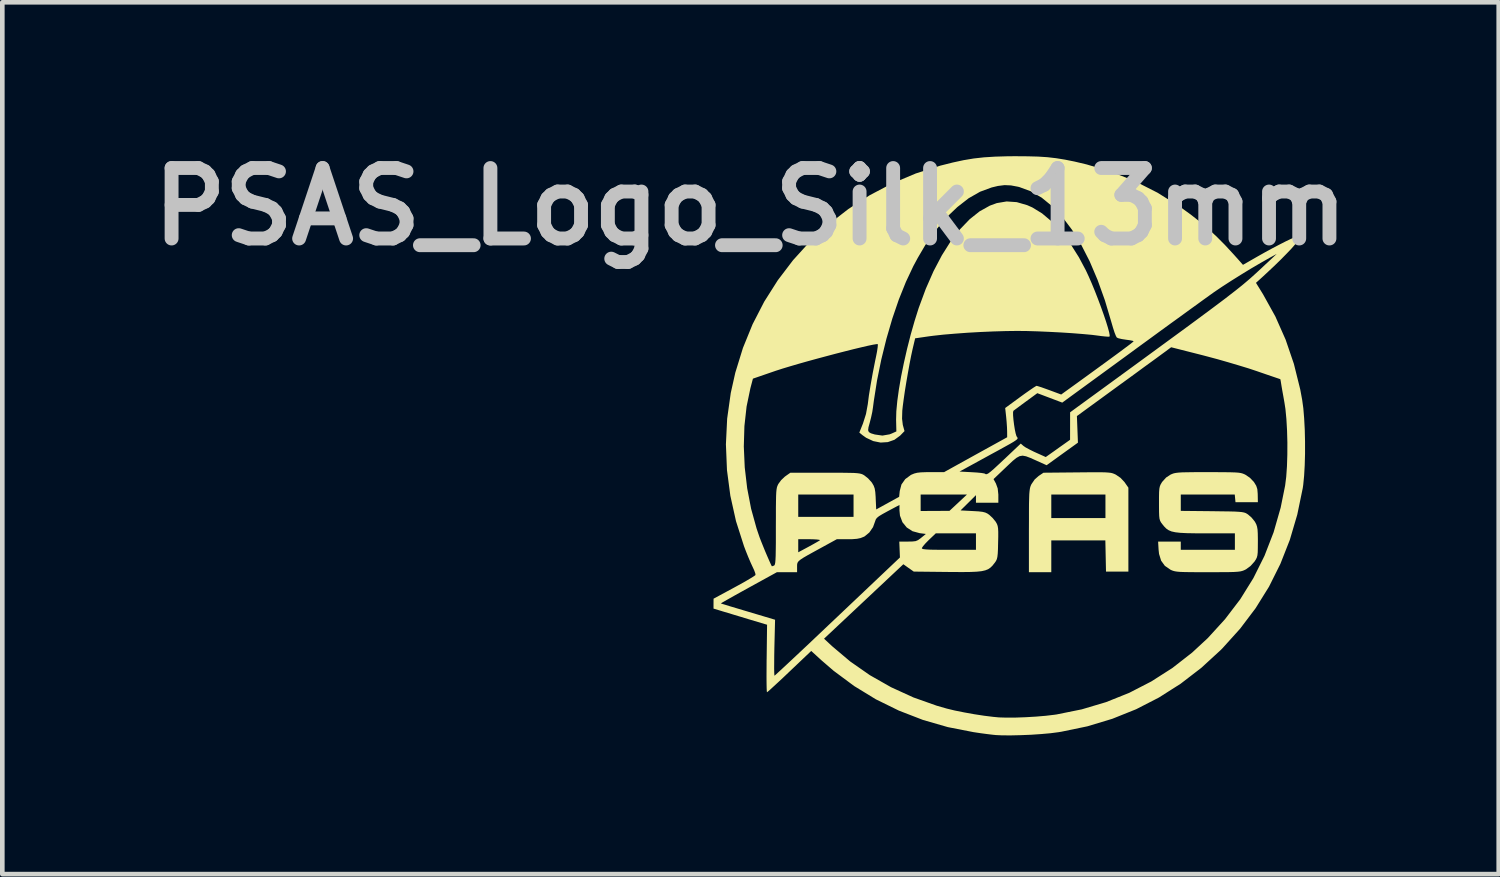
<source format=kicad_pcb>
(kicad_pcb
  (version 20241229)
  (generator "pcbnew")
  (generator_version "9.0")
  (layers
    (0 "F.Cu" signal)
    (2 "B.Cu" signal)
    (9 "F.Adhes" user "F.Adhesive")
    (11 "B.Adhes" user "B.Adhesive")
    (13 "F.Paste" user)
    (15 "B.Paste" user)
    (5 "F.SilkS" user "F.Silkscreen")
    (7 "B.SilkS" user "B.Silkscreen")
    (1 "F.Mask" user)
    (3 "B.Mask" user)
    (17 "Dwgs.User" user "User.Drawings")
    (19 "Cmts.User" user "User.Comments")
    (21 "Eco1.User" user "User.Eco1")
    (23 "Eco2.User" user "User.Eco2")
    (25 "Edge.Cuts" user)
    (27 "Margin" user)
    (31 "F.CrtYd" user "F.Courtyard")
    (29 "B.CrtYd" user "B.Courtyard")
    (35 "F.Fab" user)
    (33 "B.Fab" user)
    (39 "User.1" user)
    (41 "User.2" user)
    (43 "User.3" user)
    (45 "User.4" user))
  (footprint "PSAS_Logo_Silk_13mm"
    (layer "F.Cu")
    (at 18.894 6.498)
    (property "Reference" "PSAS_Logo_Silk_13mm" (at -5.715 -5.08 0) (layer "Dwgs.User") (effects (font (size 1.524 1.524) (thickness 0.3))))
    (attr board_only exclude_from_pos_files exclude_from_bom)
    (fp_poly (pts (xy 1.855 0.664) (xy 1.952 0.666) (xy 2.024 0.671) (xy 2.077 0.677) (xy 2.117 0.687) (xy 2.151 0.7) (xy 2.185 0.716) (xy 2.188 0.718) (xy 2.286 0.785) (xy 2.371 0.875) (xy 2.379 0.887) (xy 2.456 0.997) (xy 2.456 2.812) (xy 1.972 2.812) (xy 1.965 2.475) (xy 1.958 2.138) (xy 0.789 2.138) (xy 0.789 2.825) (xy 0.305 2.825) (xy 0.305 1.93) (xy 0.306 1.692) (xy 0.306 1.654) (xy 0.789 1.654) (xy 1.96 1.654) (xy 1.96 1.145) (xy 0.789 1.145) (xy 0.789 1.654) (xy 0.306 1.654) (xy 0.306 1.499) (xy 0.307 1.346) (xy 0.31 1.227) (xy 0.313 1.137) (xy 0.319 1.07) (xy 0.326 1.02) (xy 0.335 0.981) (xy 0.347 0.949) (xy 0.359 0.923) (xy 0.431 0.818) (xy 0.517 0.743) (xy 0.62 0.674) (xy 1.347 0.667) (xy 1.559 0.665) (xy 1.726 0.664)) (stroke (width 0) (type solid)) (fill yes) (layer "F.SilkS"))
    (fp_poly (pts (xy 4.384 0.662) (xy 4.547 0.663) (xy 4.673 0.665) (xy 4.767 0.668) (xy 4.837 0.673) (xy 4.888 0.681) (xy 4.928 0.692) (xy 4.963 0.706) (xy 4.989 0.719) (xy 5.083 0.783) (xy 5.165 0.868) (xy 5.176 0.883) (xy 5.221 0.957) (xy 5.244 1.028) (xy 5.252 1.122) (xy 5.253 1.15) (xy 5.256 1.311) (xy 4.772 1.311) (xy 4.764 1.228) (xy 4.756 1.145) (xy 3.589 1.145) (xy 3.589 1.499) (xy 4.269 1.506) (xy 4.473 1.509) (xy 4.632 1.511) (xy 4.754 1.514) (xy 4.843 1.519) (xy 4.908 1.525) (xy 4.955 1.534) (xy 4.989 1.545) (xy 5.017 1.56) (xy 5.044 1.578) (xy 5.119 1.643) (xy 5.185 1.724) (xy 5.197 1.743) (xy 5.222 1.791) (xy 5.238 1.84) (xy 5.249 1.902) (xy 5.254 1.987) (xy 5.256 2.108) (xy 5.256 2.167) (xy 5.255 2.301) (xy 5.253 2.395) (xy 5.246 2.461) (xy 5.233 2.509) (xy 5.212 2.551) (xy 5.181 2.598) (xy 5.179 2.6) (xy 5.098 2.69) (xy 5.001 2.762) (xy 4.989 2.768) (xy 4.954 2.785) (xy 4.918 2.798) (xy 4.876 2.808) (xy 4.82 2.815) (xy 4.744 2.82) (xy 4.642 2.823) (xy 4.507 2.824) (xy 4.333 2.825) (xy 4.175 2.825) (xy 3.967 2.825) (xy 3.803 2.824) (xy 3.676 2.822) (xy 3.582 2.819) (xy 3.511 2.813) (xy 3.46 2.805) (xy 3.419 2.794) (xy 3.384 2.78) (xy 3.364 2.77) (xy 3.245 2.688) (xy 3.164 2.576) (xy 3.119 2.43) (xy 3.109 2.338) (xy 3.099 2.163) (xy 3.589 2.163) (xy 3.589 2.341) (xy 4.759 2.341) (xy 4.759 1.985) (xy 4.118 1.985) (xy 3.897 1.984) (xy 3.72 1.981) (xy 3.58 1.974) (xy 3.473 1.962) (xy 3.39 1.944) (xy 3.326 1.917) (xy 3.275 1.882) (xy 3.229 1.835) (xy 3.19 1.787) (xy 3.161 1.748) (xy 3.142 1.712) (xy 3.129 1.669) (xy 3.122 1.609) (xy 3.119 1.522) (xy 3.118 1.398) (xy 3.118 1.334) (xy 3.118 1.192) (xy 3.12 1.09) (xy 3.126 1.018) (xy 3.137 0.967) (xy 3.154 0.926) (xy 3.179 0.884) (xy 3.186 0.873) (xy 3.272 0.778) (xy 3.366 0.716) (xy 3.402 0.7) (xy 3.439 0.687) (xy 3.484 0.678) (xy 3.544 0.671) (xy 3.626 0.666) (xy 3.735 0.664) (xy 3.878 0.662) (xy 4.063 0.662) (xy 4.177 0.662)) (stroke (width 0) (type solid)) (fill yes) (layer "F.SilkS"))
    (fp_poly (pts (xy 0.277 -6.168) (xy 0.503 -6.162) (xy 0.704 -6.149) (xy 0.894 -6.127) (xy 1.085 -6.096) (xy 1.29 -6.055) (xy 1.522 -6) (xy 1.555 -5.992) (xy 2.081 -5.835) (xy 2.594 -5.631) (xy 3.088 -5.38) (xy 3.561 -5.084) (xy 3.805 -4.908) (xy 4.003 -4.752) (xy 4.185 -4.597) (xy 4.362 -4.434) (xy 4.543 -4.252) (xy 4.737 -4.042) (xy 4.84 -3.927) (xy 4.934 -3.821) (xy 5.246 -4) (xy 5.411 -4.093) (xy 5.573 -4.181) (xy 5.724 -4.26) (xy 5.859 -4.329) (xy 5.97 -4.382) (xy 6.051 -4.416) (xy 6.095 -4.428) (xy 6.095 -4.428) (xy 6.126 -4.407) (xy 6.134 -4.37) (xy 6.115 -4.332) (xy 6.063 -4.265) (xy 5.982 -4.172) (xy 5.875 -4.06) (xy 5.748 -3.931) (xy 5.604 -3.791) (xy 5.447 -3.644) (xy 5.35 -3.554) (xy 5.215 -3.432) (xy 5.367 -3.186) (xy 5.634 -2.705) (xy 5.856 -2.204) (xy 6.035 -1.679) (xy 6.172 -1.128) (xy 6.214 -0.901) (xy 6.239 -0.719) (xy 6.257 -0.5) (xy 6.27 -0.255) (xy 6.276 0.003) (xy 6.276 0.263) (xy 6.269 0.513) (xy 6.256 0.741) (xy 6.237 0.935) (xy 6.227 1.005) (xy 6.108 1.58) (xy 5.947 2.126) (xy 5.743 2.645) (xy 5.497 3.138) (xy 5.207 3.604) (xy 4.872 4.047) (xy 4.494 4.466) (xy 4.455 4.506) (xy 4.032 4.894) (xy 3.586 5.237) (xy 3.117 5.535) (xy 2.625 5.788) (xy 2.109 5.995) (xy 1.569 6.158) (xy 1.005 6.275) (xy 0.943 6.285) (xy 0.774 6.307) (xy 0.573 6.325) (xy 0.353 6.34) (xy 0.129 6.349) (xy -0.085 6.354) (xy -0.276 6.353) (xy -0.407 6.347) (xy -0.486 6.339) (xy -0.601 6.325) (xy -0.736 6.307) (xy -0.877 6.286) (xy -0.891 6.284) (xy -1.448 6.175) (xy -1.988 6.019) (xy -2.507 5.818) (xy -3.004 5.574) (xy -3.475 5.286) (xy -3.918 4.957) (xy -4.18 4.731) (xy -4.402 4.528) (xy -4.872 4.974) (xy -5 5.096) (xy -5.116 5.204) (xy -5.216 5.296) (xy -5.292 5.366) (xy -5.342 5.409) (xy -5.359 5.421) (xy -5.363 5.397) (xy -5.366 5.328) (xy -5.368 5.221) (xy -5.369 5.082) (xy -5.368 4.917) (xy -5.367 4.734) (xy -5.366 4.691) (xy -5.357 3.961) (xy -5.765 3.839) (xy -5.916 3.793) (xy -6.066 3.748) (xy -6.2 3.707) (xy -6.305 3.676) (xy -6.344 3.664) (xy -6.515 3.612) (xy -6.515 3.505) (xy -6.515 3.5) (xy -6.356 3.5) (xy -6.331 3.509) (xy -6.264 3.529) (xy -6.162 3.561) (xy -6.031 3.6) (xy -5.878 3.646) (xy -5.767 3.679) (xy -5.184 3.853) (xy -5.199 4.459) (xy -5.202 4.628) (xy -5.203 4.779) (xy -5.204 4.905) (xy -5.202 4.998) (xy -5.199 5.052) (xy -5.196 5.063) (xy -5.175 5.046) (xy -5.121 4.996) (xy -5.035 4.917) (xy -4.921 4.811) (xy -4.782 4.681) (xy -4.621 4.53) (xy -4.44 4.36) (xy -4.338 4.263) (xy -4.125 4.263) (xy -3.952 4.424) (xy -3.56 4.755) (xy -3.134 5.052) (xy -2.676 5.312) (xy -2.193 5.533) (xy -1.688 5.712) (xy -1.472 5.774) (xy -1.299 5.816) (xy -1.095 5.857) (xy -0.878 5.896) (xy -0.663 5.929) (xy -0.469 5.953) (xy -0.344 5.965) (xy -0.181 5.97) (xy 0.016 5.969) (xy 0.234 5.961) (xy 0.456 5.948) (xy 0.669 5.93) (xy 0.855 5.908) (xy 0.904 5.901) (xy 1.448 5.791) (xy 1.972 5.635) (xy 2.474 5.434) (xy 2.953 5.187) (xy 3.407 4.897) (xy 3.835 4.563) (xy 4.174 4.249) (xy 4.546 3.841) (xy 4.875 3.41) (xy 5.159 2.953) (xy 5.399 2.471) (xy 5.596 1.963) (xy 5.749 1.429) (xy 5.845 0.954) (xy 5.869 0.764) (xy 5.885 0.536) (xy 5.893 0.284) (xy 5.894 0.022) (xy 5.887 -0.239) (xy 5.873 -0.485) (xy 5.852 -0.704) (xy 5.831 -0.84) (xy 5.808 -0.971) (xy 5.786 -1.092) (xy 5.769 -1.191) (xy 5.759 -1.253) (xy 5.759 -1.253) (xy 5.749 -1.315) (xy 5.742 -1.347) (xy 5.741 -1.349) (xy 5.717 -1.357) (xy 5.652 -1.379) (xy 5.552 -1.413) (xy 5.426 -1.456) (xy 5.281 -1.506) (xy 5.229 -1.524) (xy 5.055 -1.582) (xy 4.845 -1.646) (xy 4.616 -1.714) (xy 4.382 -1.781) (xy 4.157 -1.841) (xy 4.051 -1.869) (xy 3.381 -2.039) (xy 3.3 -1.979) (xy 3.263 -1.951) (xy 3.19 -1.898) (xy 3.084 -1.82) (xy 2.951 -1.723) (xy 2.795 -1.61) (xy 2.621 -1.482) (xy 2.433 -1.345) (xy 2.281 -1.235) (xy 1.343 -0.551) (xy 1.354 -0.263) (xy 1.365 0.024) (xy 1.026 0.268) (xy 0.688 0.512) (xy 0.464 0.411) (xy 0.339 0.355) (xy 0.244 0.319) (xy 0.169 0.305) (xy 0.103 0.316) (xy 0.035 0.353) (xy -0.045 0.418) (xy -0.149 0.516) (xy -0.187 0.552) (xy -0.46 0.812) (xy -0.408 0.908) (xy -0.37 1.013) (xy -0.356 1.145) (xy -0.356 1.164) (xy -0.356 1.323) (xy -0.84 1.323) (xy -0.84 1.159) (xy -1.006 1.324) (xy -1.173 1.489) (xy -0.907 1.503) (xy -0.784 1.51) (xy -0.699 1.52) (xy -0.639 1.535) (xy -0.592 1.557) (xy -0.552 1.585) (xy -0.48 1.652) (xy -0.417 1.729) (xy -0.408 1.743) (xy -0.386 1.782) (xy -0.371 1.824) (xy -0.362 1.877) (xy -0.358 1.952) (xy -0.358 2.059) (xy -0.361 2.184) (xy -0.364 2.325) (xy -0.369 2.425) (xy -0.377 2.495) (xy -0.389 2.544) (xy -0.407 2.583) (xy -0.434 2.622) (xy -0.443 2.633) (xy -0.485 2.686) (xy -0.529 2.728) (xy -0.578 2.761) (xy -0.639 2.785) (xy -0.719 2.803) (xy -0.823 2.814) (xy -0.957 2.82) (xy -1.127 2.822) (xy -1.339 2.821) (xy -1.461 2.82) (xy -2.185 2.812) (xy -2.298 2.733) (xy -2.41 2.653) (xy -4.125 4.263) (xy -4.338 4.263) (xy -4.244 4.174) (xy -4.034 3.975) (xy -3.832 3.784) (xy -2.484 2.507) (xy -2.491 2.335) (xy -2.492 2.307) (xy -2.011 2.307) (xy -2.002 2.318) (xy -1.972 2.327) (xy -1.916 2.333) (xy -1.828 2.338) (xy -1.703 2.34) (xy -1.535 2.341) (xy -1.425 2.341) (xy -0.84 2.341) (xy -0.84 1.985) (xy -1.709 1.985) (xy -1.86 2.129) (xy -1.93 2.2) (xy -1.983 2.261) (xy -2.009 2.301) (xy -2.011 2.307) (xy -2.492 2.307) (xy -2.498 2.163) (xy -2.311 2.163) (xy -2.211 2.161) (xy -2.144 2.153) (xy -2.092 2.131) (xy -2.039 2.093) (xy -2.024 2.081) (xy -1.923 1.998) (xy -2.057 1.981) (xy -2.212 1.939) (xy -2.337 1.858) (xy -2.43 1.744) (xy -2.483 1.603) (xy -2.493 1.502) (xy -2.036 1.502) (xy -1.724 1.5) (xy -1.413 1.499) (xy -1.223 1.322) (xy -1.034 1.145) (xy -2.036 1.145) (xy -2.036 1.502) (xy -2.493 1.502) (xy -2.494 1.492) (xy -2.494 1.371) (xy -2.748 1.506) (xy -2.861 1.568) (xy -2.937 1.614) (xy -2.983 1.652) (xy -3.007 1.686) (xy -3.018 1.718) (xy -3.066 1.851) (xy -3.146 1.967) (xy -3.247 2.05) (xy -3.265 2.059) (xy -3.335 2.087) (xy -3.413 2.103) (xy -3.515 2.111) (xy -3.612 2.112) (xy -3.849 2.112) (xy -4.183 2.295) (xy -4.349 2.386) (xy -4.476 2.456) (xy -4.569 2.51) (xy -4.633 2.552) (xy -4.674 2.586) (xy -4.696 2.616) (xy -4.706 2.647) (xy -4.708 2.683) (xy -4.708 2.711) (xy -4.708 2.825) (xy -5.144 2.825) (xy -5.753 3.16) (xy -5.912 3.248) (xy -6.056 3.328) (xy -6.177 3.396) (xy -6.272 3.45) (xy -6.333 3.485) (xy -6.356 3.5) (xy -6.356 3.5) (xy -6.515 3.5) (xy -6.514 3.398) (xy -6.066 3.156) (xy -5.929 3.081) (xy -5.807 3.012) (xy -5.709 2.954) (xy -5.64 2.911) (xy -5.608 2.887) (xy -5.607 2.885) (xy -5.612 2.849) (xy -5.636 2.783) (xy -5.673 2.703) (xy -5.713 2.616) (xy -5.764 2.497) (xy -5.817 2.365) (xy -5.856 2.262) (xy -6.029 1.721) (xy -6.151 1.172) (xy -6.224 0.618) (xy -6.245 0.107) (xy -5.86 0.107) (xy -5.84 0.558) (xy -5.787 1.01) (xy -5.702 1.453) (xy -5.584 1.879) (xy -5.522 2.062) (xy -5.488 2.151) (xy -5.445 2.258) (xy -5.399 2.371) (xy -5.352 2.481) (xy -5.31 2.577) (xy -5.277 2.651) (xy -5.256 2.693) (xy -5.252 2.698) (xy -5.228 2.69) (xy -5.207 2.682) (xy -5.196 2.673) (xy -5.187 2.652) (xy -5.18 2.615) (xy -5.175 2.555) (xy -5.171 2.467) (xy -5.17 2.395) (xy -4.683 2.395) (xy -4.46 2.275) (xy -4.363 2.222) (xy -4.282 2.176) (xy -4.228 2.144) (xy -4.213 2.134) (xy -4.226 2.125) (xy -4.281 2.118) (xy -4.368 2.113) (xy -4.436 2.112) (xy -4.683 2.112) (xy -4.683 2.395) (xy -5.17 2.395) (xy -5.169 2.348) (xy -5.167 2.191) (xy -5.167 1.991) (xy -5.167 1.84) (xy -5.166 1.629) (xy -4.683 1.629) (xy -3.487 1.629) (xy -3.487 1.145) (xy -4.683 1.145) (xy -4.683 1.629) (xy -5.166 1.629) (xy -5.166 1.612) (xy -5.166 1.43) (xy -5.164 1.287) (xy -5.162 1.177) (xy -5.158 1.095) (xy -5.152 1.036) (xy -5.144 0.992) (xy -5.133 0.959) (xy -5.12 0.93) (xy -5.111 0.914) (xy -5.054 0.836) (xy -4.978 0.763) (xy -4.954 0.745) (xy -4.853 0.674) (xy -4.1 0.674) (xy -3.884 0.675) (xy -3.714 0.675) (xy -3.582 0.677) (xy -3.482 0.679) (xy -3.409 0.684) (xy -3.357 0.691) (xy -3.319 0.7) (xy -3.288 0.712) (xy -3.26 0.728) (xy -3.25 0.735) (xy -3.173 0.796) (xy -3.101 0.875) (xy -3.085 0.897) (xy -3.052 0.954) (xy -3.03 1.014) (xy -3.017 1.091) (xy -3.009 1.199) (xy -3.008 1.233) (xy -2.997 1.468) (xy -2.501 1.195) (xy -2.488 1.069) (xy -2.451 0.928) (xy -2.369 0.812) (xy -2.247 0.722) (xy -2.232 0.715) (xy -2.174 0.691) (xy -2.111 0.675) (xy -2.031 0.666) (xy -1.921 0.662) (xy -1.826 0.662) (xy -1.53 0.662) (xy -1.507 0.649) (xy -1.195 0.649) (xy -0.929 0.663) (xy -0.817 0.67) (xy -0.725 0.679) (xy -0.664 0.689) (xy -0.646 0.695) (xy -0.628 0.706) (xy -0.606 0.705) (xy -0.573 0.689) (xy -0.524 0.652) (xy -0.454 0.592) (xy -0.359 0.504) (xy -0.232 0.385) (xy -0.224 0.378) (xy 0.129 0.044) (xy 0.186 0.094) (xy 0.234 0.127) (xy 0.315 0.171) (xy 0.414 0.22) (xy 0.456 0.239) (xy 0.669 0.335) (xy 0.774 0.261) (xy 0.849 0.208) (xy 0.944 0.14) (xy 1.036 0.075) (xy 1.195 -0.038) (xy 1.196 -0.632) (xy 1.368 -0.758) (xy 1.81 -1.08) (xy 2.212 -1.373) (xy 2.578 -1.64) (xy 2.909 -1.882) (xy 3.207 -2.1) (xy 3.475 -2.296) (xy 3.714 -2.471) (xy 3.927 -2.628) (xy 4.116 -2.768) (xy 4.283 -2.892) (xy 4.431 -3.003) (xy 4.56 -3.1) (xy 4.673 -3.188) (xy 4.774 -3.266) (xy 4.862 -3.336) (xy 4.942 -3.401) (xy 5.014 -3.462) (xy 5.081 -3.519) (xy 5.145 -3.576) (xy 5.208 -3.633) (xy 5.273 -3.693) (xy 5.341 -3.756) (xy 5.414 -3.825) (xy 5.46 -3.867) (xy 5.663 -4.057) (xy 5.51 -3.973) (xy 5.32 -3.865) (xy 5.108 -3.741) (xy 4.889 -3.607) (xy 4.675 -3.473) (xy 4.477 -3.345) (xy 4.31 -3.232) (xy 4.282 -3.212) (xy 4.208 -3.159) (xy 4.098 -3.08) (xy 3.955 -2.976) (xy 3.783 -2.852) (xy 3.588 -2.71) (xy 3.372 -2.554) (xy 3.141 -2.386) (xy 2.899 -2.209) (xy 2.649 -2.027) (xy 2.498 -1.916) (xy 1.026 -0.842) (xy 0.757 -0.944) (xy 0.487 -1.046) (xy 0.237 -0.863) (xy 0.139 -0.791) (xy 0.056 -0.729) (xy -0.004 -0.685) (xy -0.031 -0.664) (xy -0.031 -0.663) (xy -0.038 -0.631) (xy -0.037 -0.561) (xy -0.029 -0.468) (xy -0.016 -0.364) (xy 0.00003 -0.263) (xy 0.018 -0.177) (xy 0.035 -0.12) (xy 0.04 -0.11) (xy 0.052 -0.094) (xy 0.06 -0.079) (xy 0.06 -0.065) (xy 0.048 -0.048) (xy 0.019 -0.025) (xy -0.031 0.008) (xy -0.106 0.052) (xy -0.211 0.11) (xy -0.35 0.187) (xy -0.527 0.283) (xy -0.616 0.332) (xy -1.195 0.649) (xy -1.507 0.649) (xy -0.848 0.284) (xy -0.165 -0.093) (xy -0.166 -0.218) (xy -0.169 -0.309) (xy -0.177 -0.425) (xy -0.187 -0.534) (xy -0.208 -0.725) (xy 0.119 -0.965) (xy 0.231 -1.046) (xy 0.331 -1.116) (xy 0.409 -1.169) (xy 0.458 -1.199) (xy 0.471 -1.205) (xy 0.504 -1.196) (xy 0.574 -1.174) (xy 0.669 -1.14) (xy 0.75 -1.111) (xy 1.003 -1.017) (xy 1.083 -1.075) (xy 1.319 -1.245) (xy 1.544 -1.408) (xy 1.756 -1.562) (xy 1.951 -1.704) (xy 2.126 -1.832) (xy 2.277 -1.943) (xy 2.4 -2.035) (xy 2.492 -2.104) (xy 2.55 -2.15) (xy 2.57 -2.168) (xy 2.547 -2.179) (xy 2.487 -2.191) (xy 2.406 -2.202) (xy 2.315 -2.216) (xy 2.242 -2.233) (xy 2.206 -2.249) (xy 2.186 -2.284) (xy 2.157 -2.357) (xy 2.124 -2.459) (xy 2.09 -2.576) (xy 1.948 -3.054) (xy 1.79 -3.495) (xy 1.619 -3.897) (xy 1.434 -4.259) (xy 1.237 -4.579) (xy 1.028 -4.856) (xy 0.809 -5.088) (xy 0.581 -5.274) (xy 0.345 -5.412) (xy 0.101 -5.502) (xy 0.07 -5.51) (xy -0.084 -5.539) (xy -0.222 -5.545) (xy -0.365 -5.527) (xy -0.502 -5.494) (xy -0.751 -5.402) (xy -0.998 -5.261) (xy -1.243 -5.07) (xy -1.416 -4.905) (xy -1.606 -4.697) (xy -1.778 -4.481) (xy -1.939 -4.243) (xy -2.097 -3.974) (xy -2.195 -3.792) (xy -2.355 -3.452) (xy -2.508 -3.071) (xy -2.649 -2.658) (xy -2.776 -2.223) (xy -2.887 -1.774) (xy -2.979 -1.322) (xy -3.049 -0.876) (xy -3.067 -0.738) (xy -3.082 -0.64) (xy -3.108 -0.52) (xy -3.136 -0.411) (xy -3.164 -0.31) (xy -3.172 -0.245) (xy -3.156 -0.205) (xy -3.111 -0.178) (xy -3.031 -0.154) (xy -3.029 -0.153) (xy -2.863 -0.129) (xy -2.707 -0.156) (xy -2.661 -0.174) (xy -2.561 -0.219) (xy -2.567 -0.472) (xy -2.562 -0.655) (xy -2.541 -0.877) (xy -2.506 -1.131) (xy -2.458 -1.41) (xy -2.398 -1.704) (xy -2.329 -2.006) (xy -2.252 -2.309) (xy -2.168 -2.604) (xy -2.08 -2.883) (xy -2.078 -2.889) (xy -1.924 -3.305) (xy -1.757 -3.685) (xy -1.577 -4.027) (xy -1.386 -4.33) (xy -1.185 -4.59) (xy -0.976 -4.807) (xy -0.761 -4.978) (xy -0.54 -5.101) (xy -0.39 -5.156) (xy -0.177 -5.192) (xy 0.042 -5.177) (xy 0.267 -5.112) (xy 0.378 -5.063) (xy 0.589 -4.934) (xy 0.798 -4.758) (xy 1.003 -4.538) (xy 1.2 -4.279) (xy 1.387 -3.983) (xy 1.536 -3.703) (xy 1.597 -3.572) (xy 1.663 -3.421) (xy 1.731 -3.256) (xy 1.798 -3.084) (xy 1.862 -2.913) (xy 1.921 -2.748) (xy 1.972 -2.597) (xy 2.012 -2.467) (xy 2.04 -2.364) (xy 2.052 -2.296) (xy 2.049 -2.27) (xy 2.02 -2.267) (xy 1.953 -2.272) (xy 1.861 -2.282) (xy 1.826 -2.287) (xy 1.669 -2.307) (xy 1.471 -2.325) (xy 1.244 -2.343) (xy 0.998 -2.359) (xy 0.745 -2.372) (xy 0.495 -2.383) (xy 0.259 -2.39) (xy 0.051 -2.392) (xy -0.193 -2.389) (xy -0.46 -2.381) (xy -0.741 -2.369) (xy -1.022 -2.353) (xy -1.293 -2.333) (xy -1.542 -2.312) (xy -1.759 -2.288) (xy -1.86 -2.275) (xy -2.155 -2.232) (xy -2.21 -2) (xy -2.241 -1.858) (xy -2.275 -1.685) (xy -2.31 -1.491) (xy -2.345 -1.29) (xy -2.377 -1.093) (xy -2.403 -0.913) (xy -2.423 -0.761) (xy -2.433 -0.668) (xy -2.438 -0.494) (xy -2.422 -0.361) (xy -2.417 -0.342) (xy -2.385 -0.226) (xy -2.48 -0.128) (xy -2.603 -0.038) (xy -2.746 0.012) (xy -2.902 0.022) (xy -3.061 -0.01) (xy -3.215 -0.082) (xy -3.291 -0.136) (xy -3.362 -0.194) (xy -3.283 -0.391) (xy -3.218 -0.596) (xy -3.179 -0.809) (xy -3.155 -0.997) (xy -3.118 -1.223) (xy -3.073 -1.476) (xy -3.02 -1.745) (xy -3 -1.84) (xy -2.979 -1.947) (xy -2.966 -2.035) (xy -2.961 -2.091) (xy -2.963 -2.106) (xy -2.994 -2.106) (xy -3.067 -2.094) (xy -3.177 -2.071) (xy -3.319 -2.038) (xy -3.486 -1.998) (xy -3.672 -1.951) (xy -3.871 -1.9) (xy -4.078 -1.845) (xy -4.287 -1.789) (xy -4.491 -1.733) (xy -4.685 -1.678) (xy -4.862 -1.626) (xy -5.018 -1.579) (xy -5.145 -1.538) (xy -5.167 -1.531) (xy -5.663 -1.36) (xy -5.718 -1.152) (xy -5.8 -0.757) (xy -5.847 -0.334) (xy -5.86 0.107) (xy -6.245 0.107) (xy -6.247 0.061) (xy -6.22 -0.496) (xy -6.142 -1.051) (xy -6.044 -1.489) (xy -5.879 -2.024) (xy -5.67 -2.537) (xy -5.418 -3.026) (xy -5.125 -3.488) (xy -4.795 -3.922) (xy -4.429 -4.325) (xy -4.029 -4.695) (xy -3.598 -5.029) (xy -3.138 -5.326) (xy -2.652 -5.582) (xy -2.141 -5.797) (xy -1.608 -5.967) (xy -1.595 -5.97) (xy -1.341 -6.034) (xy -1.11 -6.084) (xy -0.889 -6.121) (xy -0.664 -6.146) (xy -0.422 -6.161) (xy -0.15 -6.169) (xy 0.013 -6.17)) (stroke (width 0) (type solid)) (fill yes) (layer "F.SilkS")))
  (gr_rect
    (start -3 -3)
    (end 29.358 15.852)
    (stroke (width 0.1) (type default))
    (fill no)
    (layer "Edge.Cuts")))
</source>
